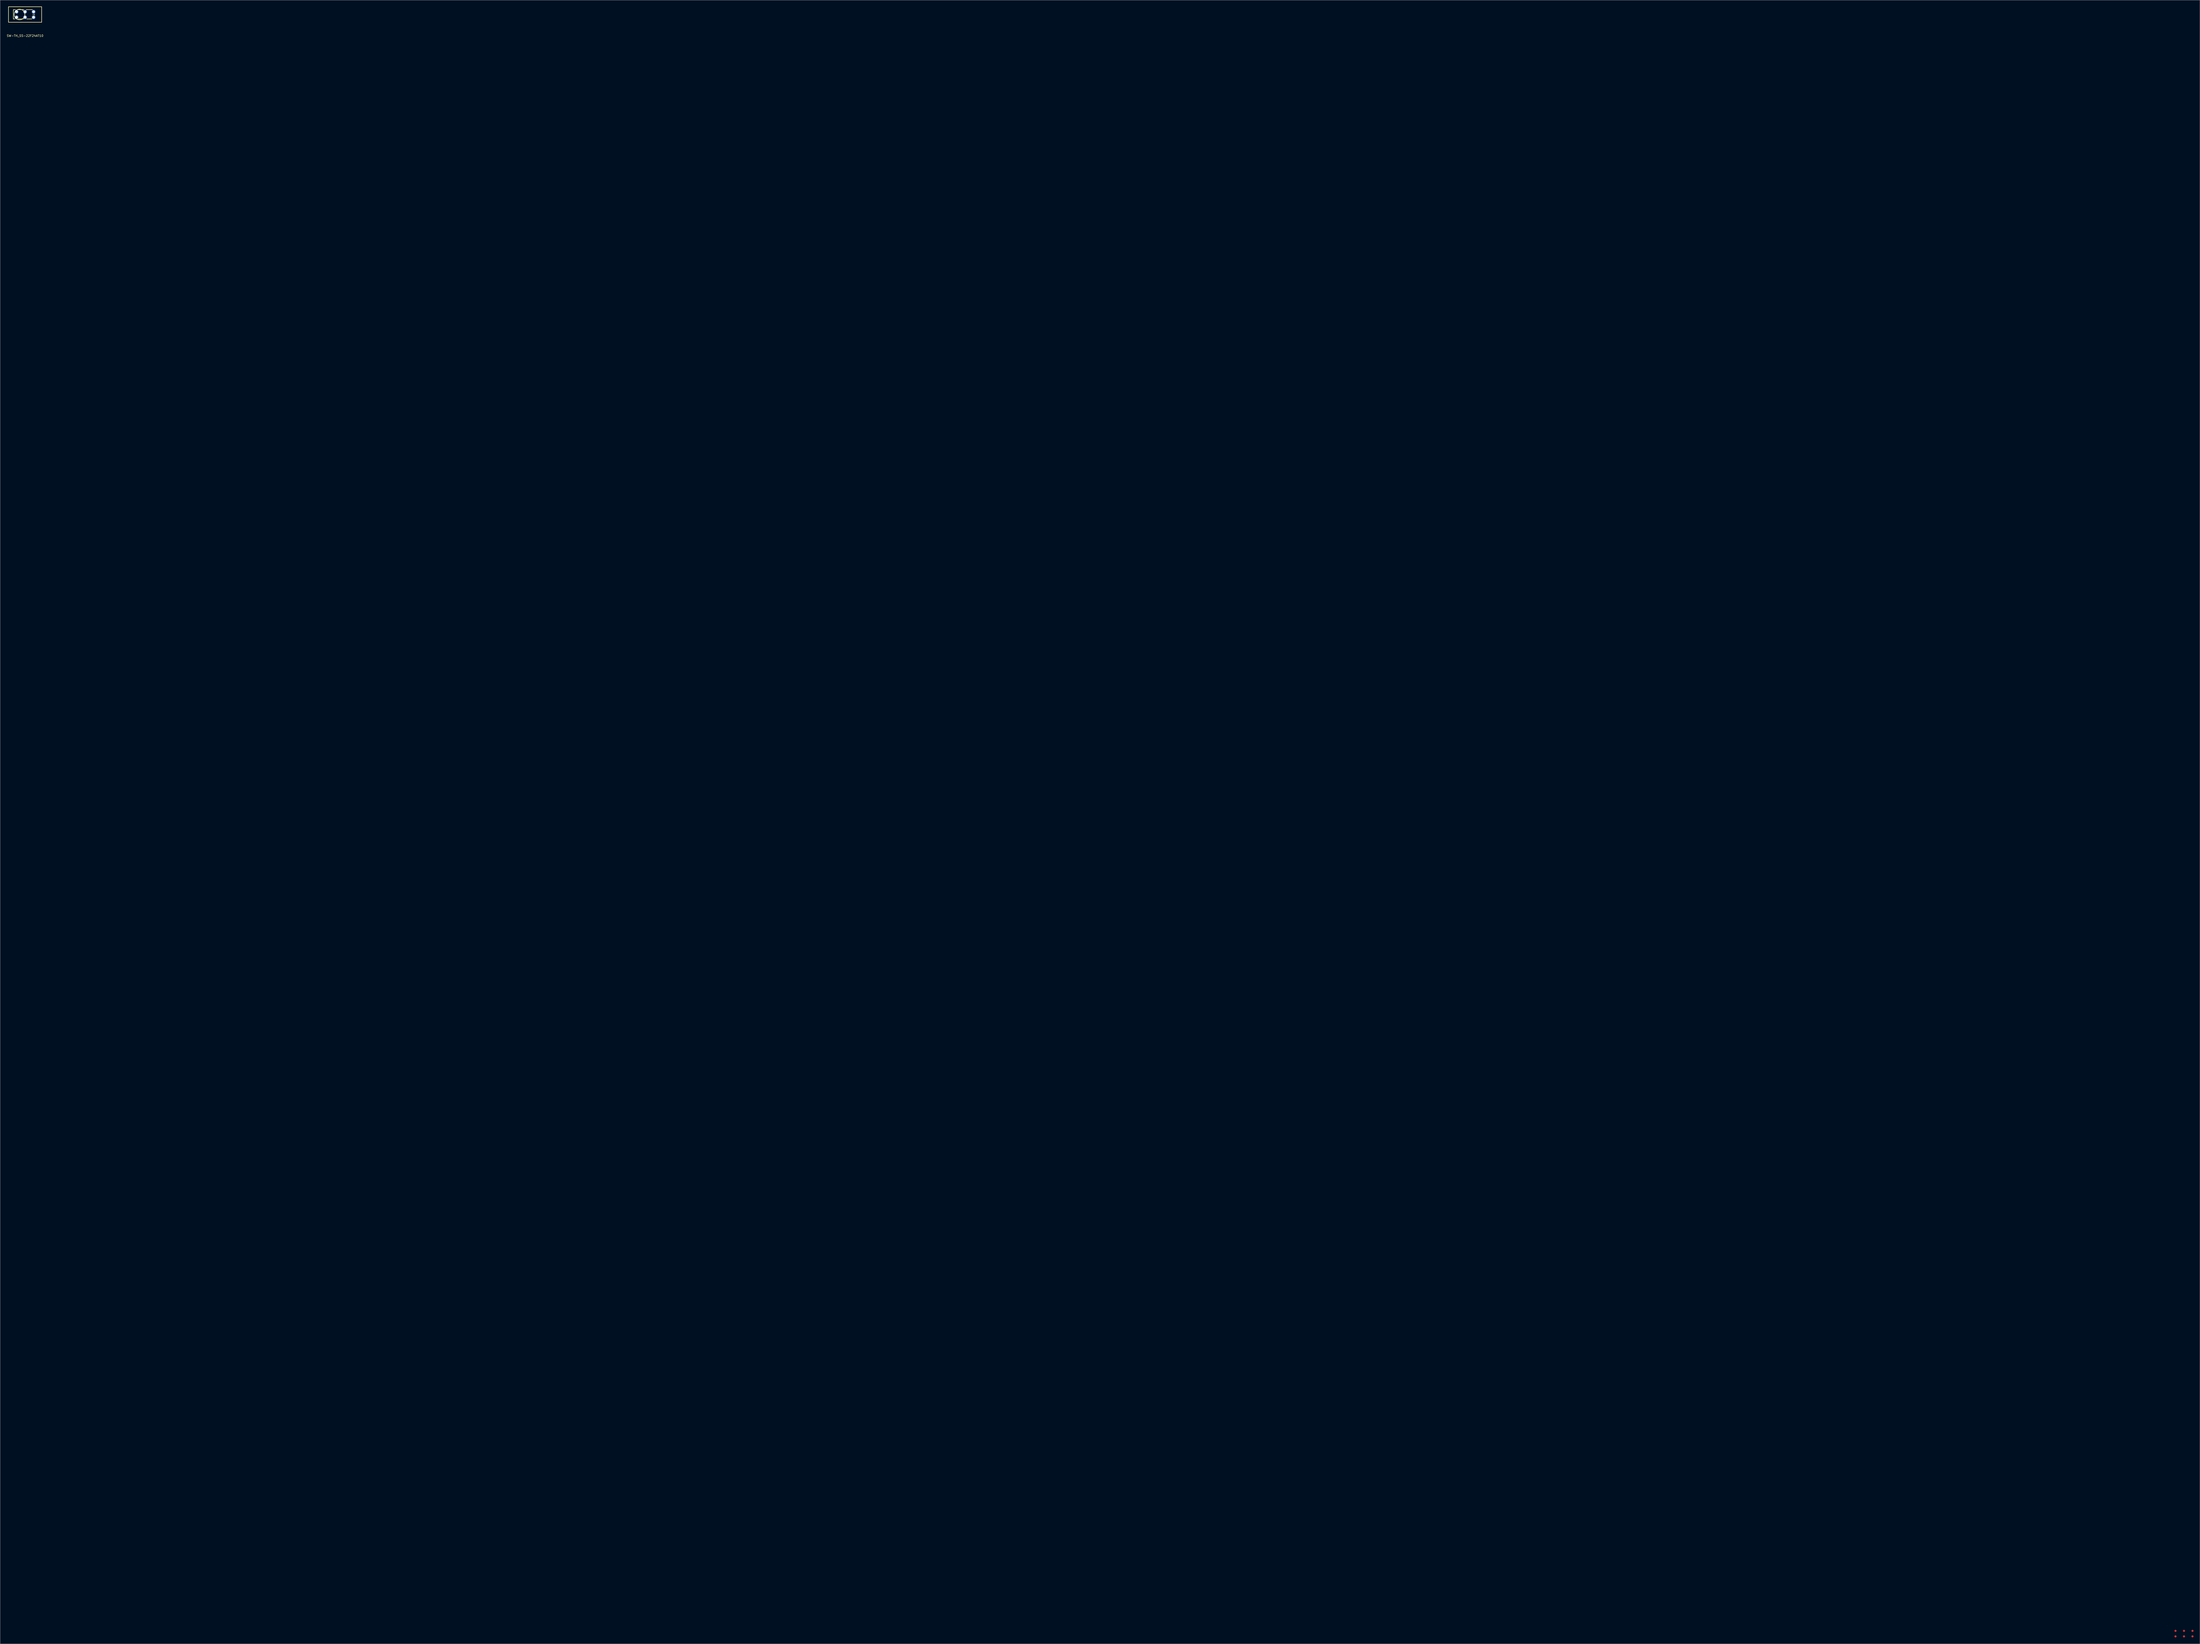
<source format=kicad_pcb>
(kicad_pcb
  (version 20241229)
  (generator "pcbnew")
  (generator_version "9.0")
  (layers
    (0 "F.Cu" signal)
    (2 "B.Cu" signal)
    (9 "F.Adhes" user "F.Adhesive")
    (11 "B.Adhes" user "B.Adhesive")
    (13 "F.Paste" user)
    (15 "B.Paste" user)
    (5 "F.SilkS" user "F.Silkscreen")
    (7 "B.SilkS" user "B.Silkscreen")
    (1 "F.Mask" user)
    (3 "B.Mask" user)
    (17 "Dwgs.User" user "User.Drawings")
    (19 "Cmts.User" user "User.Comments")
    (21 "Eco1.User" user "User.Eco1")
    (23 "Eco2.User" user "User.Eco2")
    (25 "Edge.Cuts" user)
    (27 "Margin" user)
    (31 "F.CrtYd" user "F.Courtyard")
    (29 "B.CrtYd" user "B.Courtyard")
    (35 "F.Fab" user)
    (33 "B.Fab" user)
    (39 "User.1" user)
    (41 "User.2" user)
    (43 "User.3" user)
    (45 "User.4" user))
  (footprint "SW-TH_SS-22F24AT10"
    (layer "F.Cu")
    (at 8.744 3.777)
    (property "Reference" "SW-TH_SS-22F24AT10" (at 0 10 0) (layer "F.SilkS") (effects (font (size 1 1) (thickness 0.15))))
    (attr through_hole)
    (fp_circle (center 1008.073 758.223) (end 1008.073 758.253) (stroke (width 0.06) (type solid)) (fill no) (layer "F.Cu"))
    (fp_circle (center 1012 760.7) (end 1012 760.95) (stroke (width 0.5) (type solid)) (fill no) (layer "F.Cu"))
    (fp_circle (center 1012 763.3) (end 1012 763.55) (stroke (width 0.5) (type solid)) (fill no) (layer "F.Cu"))
    (fp_circle (center 1016 760.7) (end 1016 760.95) (stroke (width 0.5) (type solid)) (fill no) (layer "F.Cu"))
    (fp_circle (center 1016 763.3) (end 1016 763.55) (stroke (width 0.5) (type solid)) (fill no) (layer "F.Cu"))
    (fp_circle (center 1020 760.7) (end 1020 760.95) (stroke (width 0.5) (type solid)) (fill no) (layer "F.Cu"))
    (fp_circle (center 1020 763.3) (end 1020 763.55) (stroke (width 0.5) (type solid)) (fill no) (layer "F.Cu"))
    (fp_line (start -7.8 -3.65) (end -7.8 3.65) (stroke (width 0.254) (type solid)) (layer "F.SilkS"))
    (fp_line (start -7.8 -3.65) (end 7.8 -3.65) (stroke (width 0.254) (type solid)) (layer "F.SilkS"))
    (fp_line (start -7.8 3.65) (end 7.8 3.65) (stroke (width 0.254) (type solid)) (layer "F.SilkS"))
    (fp_line (start -5.5 -2.3) (end -4.526 -2.3) (stroke (width 0.254) (type solid)) (layer "F.SilkS"))
    (fp_line (start -5.5 2.1) (end -5.5 -2.3) (stroke (width 0.254) (type solid)) (layer "F.SilkS"))
    (fp_line (start -4.799 2.1) (end -5.5 2.1) (stroke (width 0.254) (type solid)) (layer "F.SilkS"))
    (fp_line (start -3.474 -2.3) (end -0.526 -2.3) (stroke (width 0.254) (type solid)) (layer "F.SilkS"))
    (fp_line (start -0.799 2.1) (end -3.201 2.1) (stroke (width 0.254) (type solid)) (layer "F.SilkS"))
    (fp_line (start 0.526 -2.3) (end 3.474 -2.3) (stroke (width 0.254) (type solid)) (layer "F.SilkS"))
    (fp_line (start 3.201 2.1) (end 0.799 2.1) (stroke (width 0.254) (type solid)) (layer "F.SilkS"))
    (fp_line (start 3.8 -0.187) (end 3.8 0.187) (stroke (width 0.254) (type solid)) (layer "F.SilkS"))
    (fp_line (start 4.4 -0.242) (end 4.4 0.242) (stroke (width 0.254) (type solid)) (layer "F.SilkS"))
    (fp_line (start 7.8 -3.65) (end 7.8 3.65) (stroke (width 0.254) (type solid)) (layer "F.SilkS"))
    (fp_circle (center -2.6 0) (end -2.6 2.5) (stroke (width 0.254) (type solid)) (fill no) (layer "F.SilkS"))
    (pad "1" thru_hole circle (at -4 -1.3) (size 1.8 1.8) (drill 1.2) (layers "*.Cu" "*.Mask"))
    (pad "2" thru_hole circle (at 0 -1.3) (size 1.8 1.8) (drill 1.2) (layers "*.Cu" "*.Mask"))
    (pad "3" thru_hole circle (at 4 -1.3) (size 1.8 1.8) (drill 1.2) (layers "*.Cu" "*.Mask"))
    (pad "4" thru_hole circle (at -4 1.3) (size 1.8 1.8) (drill 1.2) (layers "*.Cu" "*.Mask"))
    (pad "5" thru_hole circle (at 0 1.3) (size 1.8 1.8) (drill 1.2) (layers "*.Cu" "*.Mask"))
    (pad "6" thru_hole circle (at 4 1.3) (size 1.8 1.8) (drill 1.2) (layers "*.Cu" "*.Mask")))
  (gr_rect
    (start -3 -3)
    (end 1032.244 770.577)
    (stroke (width 0.1) (type default))
    (fill no)
    (layer "Edge.Cuts")))
</source>
